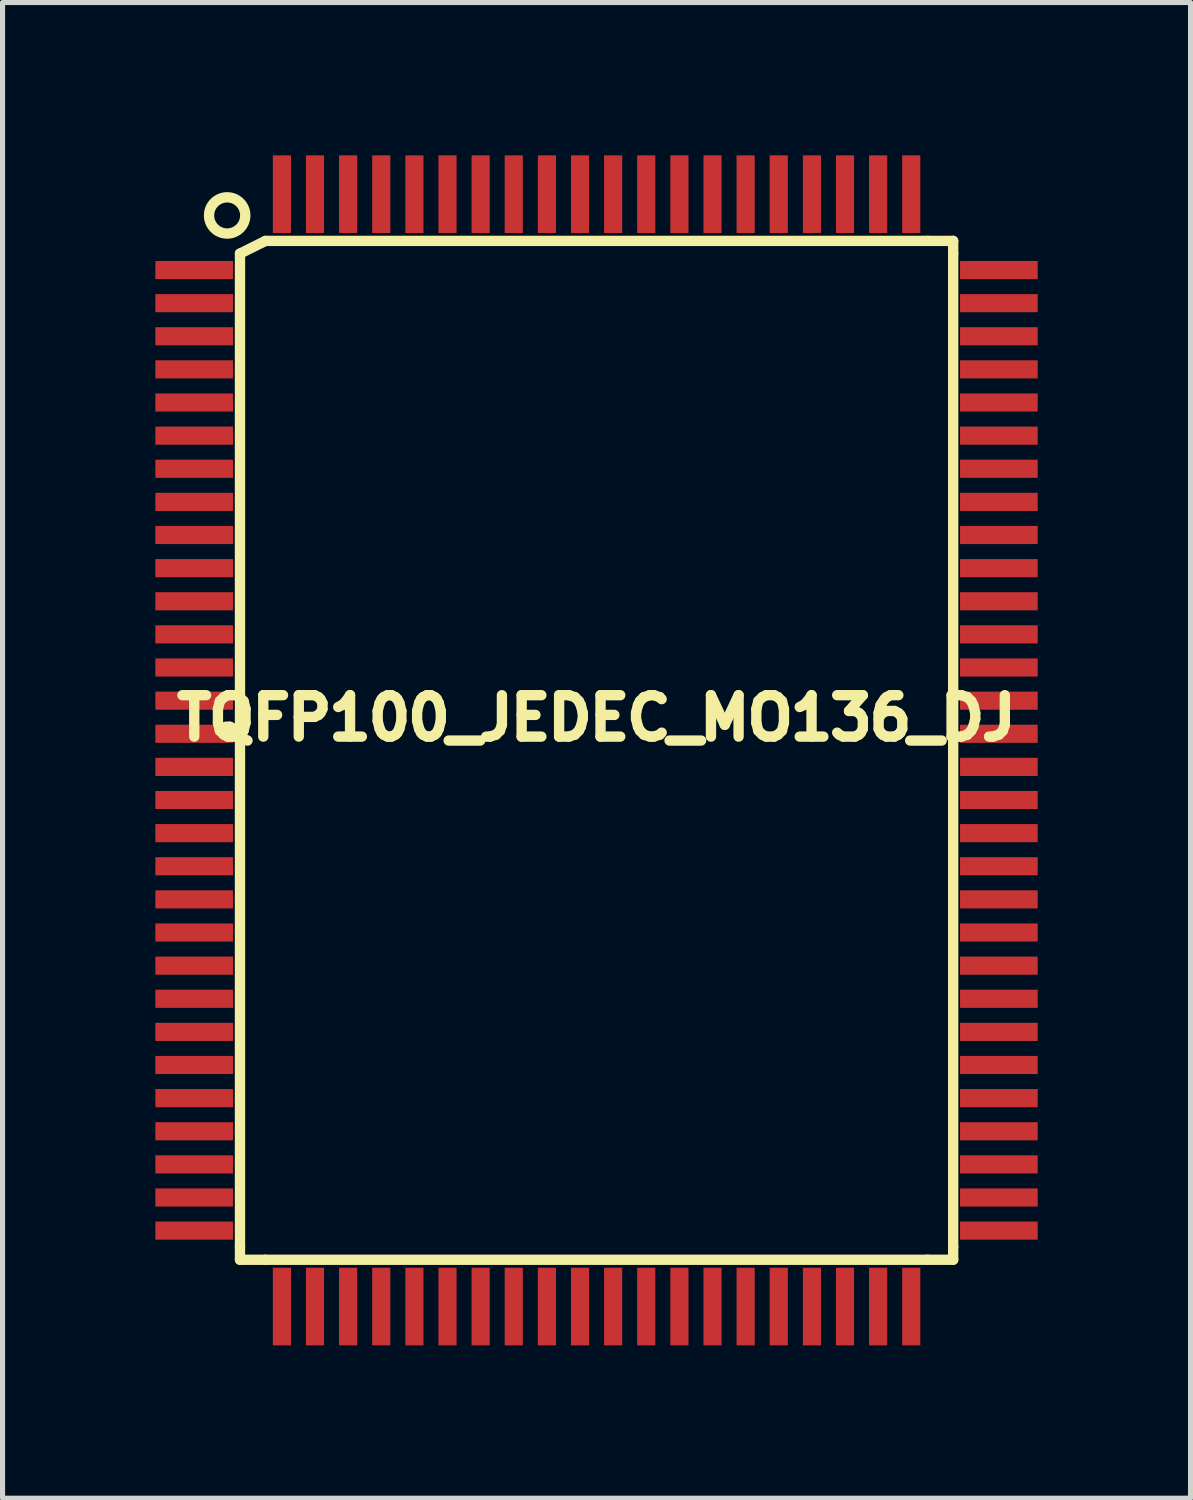
<source format=kicad_pcb>
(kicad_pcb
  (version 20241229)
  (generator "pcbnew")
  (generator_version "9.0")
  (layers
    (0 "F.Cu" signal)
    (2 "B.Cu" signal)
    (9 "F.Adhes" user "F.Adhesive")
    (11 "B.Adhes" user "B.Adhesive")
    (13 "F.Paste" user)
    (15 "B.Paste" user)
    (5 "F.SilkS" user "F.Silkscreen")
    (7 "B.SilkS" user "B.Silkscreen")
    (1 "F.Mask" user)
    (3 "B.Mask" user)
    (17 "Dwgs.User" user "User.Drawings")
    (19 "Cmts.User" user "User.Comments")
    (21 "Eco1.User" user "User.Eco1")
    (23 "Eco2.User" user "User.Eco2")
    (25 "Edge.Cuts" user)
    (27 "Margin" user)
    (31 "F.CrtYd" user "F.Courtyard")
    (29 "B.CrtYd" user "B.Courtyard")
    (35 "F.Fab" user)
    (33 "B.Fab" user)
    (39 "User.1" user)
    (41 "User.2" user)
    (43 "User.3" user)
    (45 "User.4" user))
  (footprint "TQFP100_JEDEC_MO136_DJ"
    (layer "F.Cu")
    (at 8.661 11.679)
    (property "Reference" "TQFP100_JEDEC_MO136_DJ" (at 0 -0.635 0) (layer "F.SilkS") (effects (font (size 0.813 0.813) (thickness 0.203))))
    (attr smd)
    (fp_line (start -7 9.751) (end -7 -9.751) (stroke (width 0.203) (type solid)) (layer "F.SilkS"))
    (fp_line (start -7 10) (end -7 9.751) (stroke (width 0.203) (type solid)) (layer "F.SilkS"))
    (fp_line (start -7 10) (end -6.5 10) (stroke (width 0.203) (type solid)) (layer "F.SilkS"))
    (fp_line (start -6.5 -10) (end -7 -9.751) (stroke (width 0.203) (type solid)) (layer "F.SilkS"))
    (fp_line (start -6.5 -10) (end 6.5 -10) (stroke (width 0.203) (type solid)) (layer "F.SilkS"))
    (fp_line (start 6.5 10) (end -6.5 10) (stroke (width 0.203) (type solid)) (layer "F.SilkS"))
    (fp_line (start 7 -10) (end 6.5 -10) (stroke (width 0.203) (type solid)) (layer "F.SilkS"))
    (fp_line (start 7 -10) (end 7 -9.751) (stroke (width 0.203) (type solid)) (layer "F.SilkS"))
    (fp_line (start 7 -9.751) (end 7 9.751) (stroke (width 0.203) (type solid)) (layer "F.SilkS"))
    (fp_line (start 7 10) (end 6.5 10) (stroke (width 0.203) (type solid)) (layer "F.SilkS"))
    (fp_line (start 7 10) (end 7 9.751) (stroke (width 0.203) (type solid)) (layer "F.SilkS"))
    (fp_circle (center -7.252 -10.5) (end -7 -10.249) (stroke (width 0.203) (type solid)) (fill no) (layer "F.SilkS"))
    (pad "1" smd rect (at -7.899 -9.428 90) (size 0.356 1.524) (layers "F.Cu" "F.Mask" "F.Paste"))
    (pad "2" smd rect (at -7.899 -8.778 90) (size 0.356 1.524) (layers "F.Cu" "F.Mask" "F.Paste"))
    (pad "3" smd rect (at -7.899 -8.128 90) (size 0.356 1.524) (layers "F.Cu" "F.Mask" "F.Paste"))
    (pad "4" smd rect (at -7.899 -7.478 90) (size 0.356 1.524) (layers "F.Cu" "F.Mask" "F.Paste"))
    (pad "5" smd rect (at -7.899 -6.828 90) (size 0.356 1.524) (layers "F.Cu" "F.Mask" "F.Paste"))
    (pad "6" smd rect (at -7.899 -6.177 90) (size 0.356 1.524) (layers "F.Cu" "F.Mask" "F.Paste"))
    (pad "7" smd rect (at -7.899 -5.527 90) (size 0.356 1.524) (layers "F.Cu" "F.Mask" "F.Paste"))
    (pad "8" smd rect (at -7.899 -4.877 90) (size 0.356 1.524) (layers "F.Cu" "F.Mask" "F.Paste"))
    (pad "9" smd rect (at -7.899 -4.227 90) (size 0.356 1.524) (layers "F.Cu" "F.Mask" "F.Paste"))
    (pad "10" smd rect (at -7.899 -3.576 90) (size 0.356 1.524) (layers "F.Cu" "F.Mask" "F.Paste"))
    (pad "11" smd rect (at -7.899 -2.926 90) (size 0.356 1.524) (layers "F.Cu" "F.Mask" "F.Paste"))
    (pad "12" smd rect (at -7.899 -2.276 90) (size 0.356 1.524) (layers "F.Cu" "F.Mask" "F.Paste"))
    (pad "13" smd rect (at -7.899 -1.626 90) (size 0.356 1.524) (layers "F.Cu" "F.Mask" "F.Paste"))
    (pad "14" smd rect (at -7.899 -0.975 90) (size 0.356 1.524) (layers "F.Cu" "F.Mask" "F.Paste"))
    (pad "15" smd rect (at -7.899 -0.325 90) (size 0.356 1.524) (layers "F.Cu" "F.Mask" "F.Paste"))
    (pad "16" smd rect (at -7.899 0.325 90) (size 0.356 1.524) (layers "F.Cu" "F.Mask" "F.Paste"))
    (pad "17" smd rect (at -7.899 0.975 90) (size 0.356 1.524) (layers "F.Cu" "F.Mask" "F.Paste"))
    (pad "18" smd rect (at -7.899 1.626 90) (size 0.356 1.524) (layers "F.Cu" "F.Mask" "F.Paste"))
    (pad "19" smd rect (at -7.899 2.276 90) (size 0.356 1.524) (layers "F.Cu" "F.Mask" "F.Paste"))
    (pad "20" smd rect (at -7.899 2.926 90) (size 0.356 1.524) (layers "F.Cu" "F.Mask" "F.Paste"))
    (pad "21" smd rect (at -7.899 3.576 90) (size 0.356 1.524) (layers "F.Cu" "F.Mask" "F.Paste"))
    (pad "22" smd rect (at -7.899 4.227 90) (size 0.356 1.524) (layers "F.Cu" "F.Mask" "F.Paste"))
    (pad "23" smd rect (at -7.899 4.877 90) (size 0.356 1.524) (layers "F.Cu" "F.Mask" "F.Paste"))
    (pad "24" smd rect (at -7.899 5.527 90) (size 0.356 1.524) (layers "F.Cu" "F.Mask" "F.Paste"))
    (pad "25" smd rect (at -7.899 6.177 90) (size 0.356 1.524) (layers "F.Cu" "F.Mask" "F.Paste"))
    (pad "26" smd rect (at -7.899 6.828 90) (size 0.356 1.524) (layers "F.Cu" "F.Mask" "F.Paste"))
    (pad "27" smd rect (at -7.899 7.478 90) (size 0.356 1.524) (layers "F.Cu" "F.Mask" "F.Paste"))
    (pad "28" smd rect (at -7.899 8.128 90) (size 0.356 1.524) (layers "F.Cu" "F.Mask" "F.Paste"))
    (pad "29" smd rect (at -7.899 8.778 90) (size 0.356 1.524) (layers "F.Cu" "F.Mask" "F.Paste"))
    (pad "30" smd rect (at -7.899 9.428 90) (size 0.356 1.524) (layers "F.Cu" "F.Mask" "F.Paste"))
    (pad "31" smd rect (at -6.177 10.919) (size 0.356 1.524) (layers "F.Cu" "F.Mask" "F.Paste"))
    (pad "32" smd rect (at -5.527 10.919) (size 0.356 1.524) (layers "F.Cu" "F.Mask" "F.Paste"))
    (pad "33" smd rect (at -4.877 10.919) (size 0.356 1.524) (layers "F.Cu" "F.Mask" "F.Paste"))
    (pad "34" smd rect (at -4.227 10.919) (size 0.356 1.524) (layers "F.Cu" "F.Mask" "F.Paste"))
    (pad "35" smd rect (at -3.576 10.919) (size 0.356 1.524) (layers "F.Cu" "F.Mask" "F.Paste"))
    (pad "36" smd rect (at -2.926 10.919) (size 0.356 1.524) (layers "F.Cu" "F.Mask" "F.Paste"))
    (pad "37" smd rect (at -2.276 10.919) (size 0.356 1.524) (layers "F.Cu" "F.Mask" "F.Paste"))
    (pad "38" smd rect (at -1.626 10.919) (size 0.356 1.524) (layers "F.Cu" "F.Mask" "F.Paste"))
    (pad "39" smd rect (at -0.975 10.919) (size 0.356 1.524) (layers "F.Cu" "F.Mask" "F.Paste"))
    (pad "40" smd rect (at -0.325 10.919) (size 0.356 1.524) (layers "F.Cu" "F.Mask" "F.Paste"))
    (pad "41" smd rect (at 0.325 10.919) (size 0.356 1.524) (layers "F.Cu" "F.Mask" "F.Paste"))
    (pad "42" smd rect (at 0.975 10.919) (size 0.356 1.524) (layers "F.Cu" "F.Mask" "F.Paste"))
    (pad "43" smd rect (at 1.626 10.919) (size 0.356 1.524) (layers "F.Cu" "F.Mask" "F.Paste"))
    (pad "44" smd rect (at 2.276 10.919) (size 0.356 1.524) (layers "F.Cu" "F.Mask" "F.Paste"))
    (pad "45" smd rect (at 2.926 10.919) (size 0.356 1.524) (layers "F.Cu" "F.Mask" "F.Paste"))
    (pad "46" smd rect (at 3.576 10.919) (size 0.356 1.524) (layers "F.Cu" "F.Mask" "F.Paste"))
    (pad "47" smd rect (at 4.227 10.919) (size 0.356 1.524) (layers "F.Cu" "F.Mask" "F.Paste"))
    (pad "48" smd rect (at 4.877 10.919) (size 0.356 1.524) (layers "F.Cu" "F.Mask" "F.Paste"))
    (pad "49" smd rect (at 5.527 10.919) (size 0.356 1.524) (layers "F.Cu" "F.Mask" "F.Paste"))
    (pad "50" smd rect (at 6.177 10.919) (size 0.356 1.524) (layers "F.Cu" "F.Mask" "F.Paste"))
    (pad "51" smd rect (at 7.897 9.428 270) (size 0.356 1.524) (layers "F.Cu" "F.Mask" "F.Paste"))
    (pad "52" smd rect (at 7.897 8.778 270) (size 0.356 1.524) (layers "F.Cu" "F.Mask" "F.Paste"))
    (pad "53" smd rect (at 7.897 8.128 270) (size 0.356 1.524) (layers "F.Cu" "F.Mask" "F.Paste"))
    (pad "54" smd rect (at 7.897 7.478 270) (size 0.356 1.524) (layers "F.Cu" "F.Mask" "F.Paste"))
    (pad "55" smd rect (at 7.897 6.828 270) (size 0.356 1.524) (layers "F.Cu" "F.Mask" "F.Paste"))
    (pad "56" smd rect (at 7.897 6.177 270) (size 0.356 1.524) (layers "F.Cu" "F.Mask" "F.Paste"))
    (pad "57" smd rect (at 7.897 5.527 270) (size 0.356 1.524) (layers "F.Cu" "F.Mask" "F.Paste"))
    (pad "58" smd rect (at 7.897 4.877 270) (size 0.356 1.524) (layers "F.Cu" "F.Mask" "F.Paste"))
    (pad "59" smd rect (at 7.897 4.227 270) (size 0.356 1.524) (layers "F.Cu" "F.Mask" "F.Paste"))
    (pad "60" smd rect (at 7.897 3.576 270) (size 0.356 1.524) (layers "F.Cu" "F.Mask" "F.Paste"))
    (pad "61" smd rect (at 7.897 2.926 270) (size 0.356 1.524) (layers "F.Cu" "F.Mask" "F.Paste"))
    (pad "62" smd rect (at 7.897 2.276 270) (size 0.356 1.524) (layers "F.Cu" "F.Mask" "F.Paste"))
    (pad "63" smd rect (at 7.897 1.626 270) (size 0.356 1.524) (layers "F.Cu" "F.Mask" "F.Paste"))
    (pad "64" smd rect (at 7.897 0.975 270) (size 0.356 1.524) (layers "F.Cu" "F.Mask" "F.Paste"))
    (pad "65" smd rect (at 7.897 0.325 270) (size 0.356 1.524) (layers "F.Cu" "F.Mask" "F.Paste"))
    (pad "66" smd rect (at 7.897 -0.325 270) (size 0.356 1.524) (layers "F.Cu" "F.Mask" "F.Paste"))
    (pad "67" smd rect (at 7.897 -0.975 270) (size 0.356 1.524) (layers "F.Cu" "F.Mask" "F.Paste"))
    (pad "68" smd rect (at 7.897 -1.626 270) (size 0.356 1.524) (layers "F.Cu" "F.Mask" "F.Paste"))
    (pad "69" smd rect (at 7.897 -2.276 270) (size 0.356 1.524) (layers "F.Cu" "F.Mask" "F.Paste"))
    (pad "70" smd rect (at 7.897 -2.926 270) (size 0.356 1.524) (layers "F.Cu" "F.Mask" "F.Paste"))
    (pad "71" smd rect (at 7.897 -3.576 270) (size 0.356 1.524) (layers "F.Cu" "F.Mask" "F.Paste"))
    (pad "72" smd rect (at 7.897 -4.227 270) (size 0.356 1.524) (layers "F.Cu" "F.Mask" "F.Paste"))
    (pad "73" smd rect (at 7.897 -4.877 270) (size 0.356 1.524) (layers "F.Cu" "F.Mask" "F.Paste"))
    (pad "74" smd rect (at 7.897 -5.527 270) (size 0.356 1.524) (layers "F.Cu" "F.Mask" "F.Paste"))
    (pad "75" smd rect (at 7.897 -6.177 270) (size 0.356 1.524) (layers "F.Cu" "F.Mask" "F.Paste"))
    (pad "76" smd rect (at 7.897 -6.828 270) (size 0.356 1.524) (layers "F.Cu" "F.Mask" "F.Paste"))
    (pad "77" smd rect (at 7.897 -7.478 270) (size 0.356 1.524) (layers "F.Cu" "F.Mask" "F.Paste"))
    (pad "78" smd rect (at 7.897 -8.128 270) (size 0.356 1.524) (layers "F.Cu" "F.Mask" "F.Paste"))
    (pad "79" smd rect (at 7.897 -8.778 270) (size 0.356 1.524) (layers "F.Cu" "F.Mask" "F.Paste"))
    (pad "80" smd rect (at 7.897 -9.428 270) (size 0.356 1.524) (layers "F.Cu" "F.Mask" "F.Paste"))
    (pad "81" smd rect (at 6.177 -10.917) (size 0.356 1.524) (layers "F.Cu" "F.Mask" "F.Paste"))
    (pad "82" smd rect (at 5.527 -10.917) (size 0.356 1.524) (layers "F.Cu" "F.Mask" "F.Paste"))
    (pad "83" smd rect (at 4.877 -10.917) (size 0.356 1.524) (layers "F.Cu" "F.Mask" "F.Paste"))
    (pad "84" smd rect (at 4.227 -10.917) (size 0.356 1.524) (layers "F.Cu" "F.Mask" "F.Paste"))
    (pad "85" smd rect (at 3.576 -10.917) (size 0.356 1.524) (layers "F.Cu" "F.Mask" "F.Paste"))
    (pad "86" smd rect (at 2.926 -10.917) (size 0.356 1.524) (layers "F.Cu" "F.Mask" "F.Paste"))
    (pad "87" smd rect (at 2.276 -10.917) (size 0.356 1.524) (layers "F.Cu" "F.Mask" "F.Paste"))
    (pad "88" smd rect (at 1.626 -10.917) (size 0.356 1.524) (layers "F.Cu" "F.Mask" "F.Paste"))
    (pad "89" smd rect (at 0.975 -10.917) (size 0.356 1.524) (layers "F.Cu" "F.Mask" "F.Paste"))
    (pad "90" smd rect (at 0.325 -10.917) (size 0.356 1.524) (layers "F.Cu" "F.Mask" "F.Paste"))
    (pad "91" smd rect (at -0.325 -10.917) (size 0.356 1.524) (layers "F.Cu" "F.Mask" "F.Paste"))
    (pad "92" smd rect (at -0.975 -10.917) (size 0.356 1.524) (layers "F.Cu" "F.Mask" "F.Paste"))
    (pad "93" smd rect (at -1.626 -10.917) (size 0.356 1.524) (layers "F.Cu" "F.Mask" "F.Paste"))
    (pad "94" smd rect (at -2.276 -10.917) (size 0.356 1.524) (layers "F.Cu" "F.Mask" "F.Paste"))
    (pad "95" smd rect (at -2.926 -10.917) (size 0.356 1.524) (layers "F.Cu" "F.Mask" "F.Paste"))
    (pad "96" smd rect (at -3.576 -10.917) (size 0.356 1.524) (layers "F.Cu" "F.Mask" "F.Paste"))
    (pad "97" smd rect (at -4.227 -10.917) (size 0.356 1.524) (layers "F.Cu" "F.Mask" "F.Paste"))
    (pad "98" smd rect (at -4.877 -10.917) (size 0.356 1.524) (layers "F.Cu" "F.Mask" "F.Paste"))
    (pad "99" smd rect (at -5.527 -10.917) (size 0.356 1.524) (layers "F.Cu" "F.Mask" "F.Paste"))
    (pad "100" smd rect (at -6.177 -10.917) (size 0.356 1.524) (layers "F.Cu" "F.Mask" "F.Paste")))
  (gr_rect
    (start -3 -3)
    (end 20.32 26.36)
    (stroke (width 0.1) (type default))
    (fill no)
    (layer "Edge.Cuts")))
</source>
